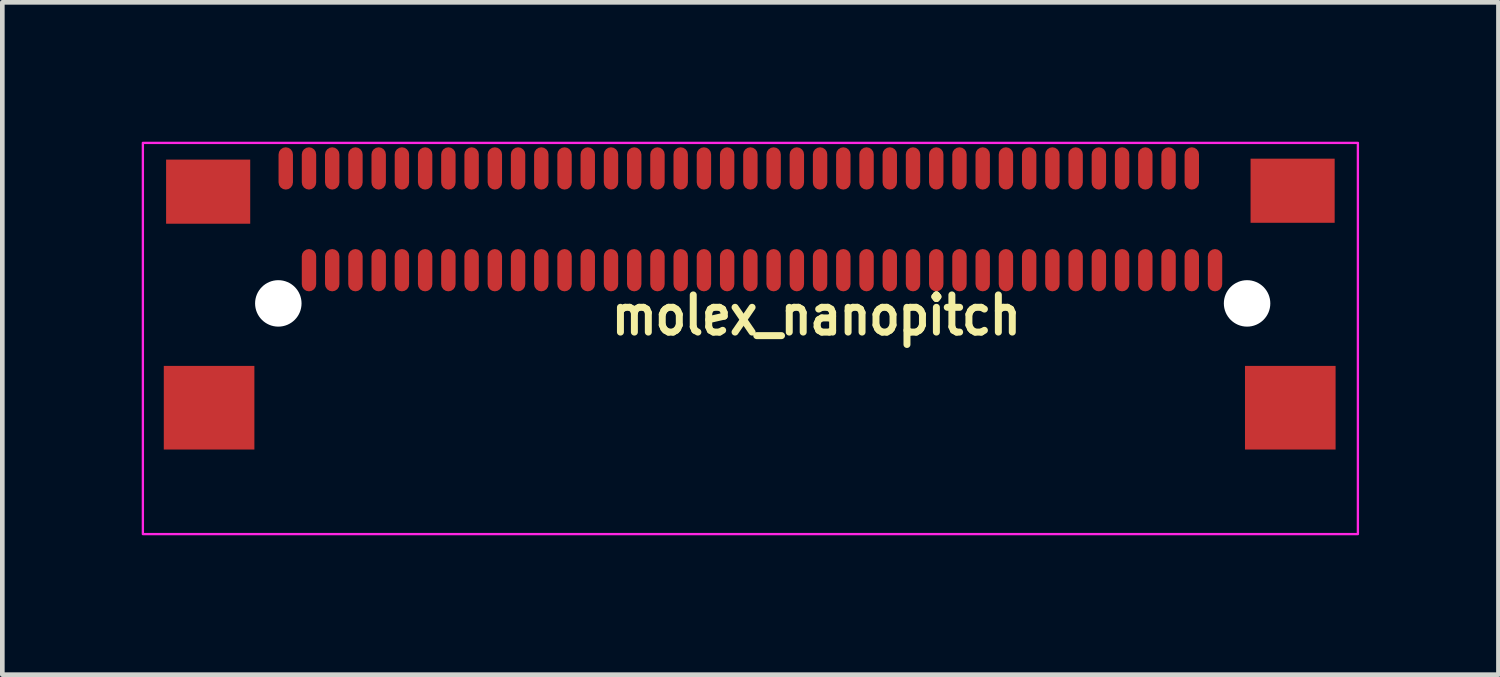
<source format=kicad_pcb>
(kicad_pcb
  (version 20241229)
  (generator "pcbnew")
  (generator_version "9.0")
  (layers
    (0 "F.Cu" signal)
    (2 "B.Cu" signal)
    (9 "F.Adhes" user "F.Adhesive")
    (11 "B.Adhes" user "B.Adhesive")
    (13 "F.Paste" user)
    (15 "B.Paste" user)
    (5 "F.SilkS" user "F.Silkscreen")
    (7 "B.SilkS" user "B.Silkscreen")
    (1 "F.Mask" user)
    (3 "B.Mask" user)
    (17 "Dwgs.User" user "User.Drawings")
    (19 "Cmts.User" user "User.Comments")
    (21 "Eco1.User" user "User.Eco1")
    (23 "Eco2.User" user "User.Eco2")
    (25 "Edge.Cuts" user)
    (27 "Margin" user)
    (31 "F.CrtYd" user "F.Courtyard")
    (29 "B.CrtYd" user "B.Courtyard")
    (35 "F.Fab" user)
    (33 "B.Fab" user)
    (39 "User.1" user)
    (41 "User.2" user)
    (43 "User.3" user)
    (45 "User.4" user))
  (footprint "molex_nanopitch"
    (layer "F.Cu")
    (at 15.6 3.225)
    (property "Reference" "molex_nanopitch" (at -1.08 0.51 0) (unlocked yes) (layer "F.SilkS") (effects (font (size 0.8 0.7) (thickness 0.15))))
    (attr smd)
    (fp_rect (start -15.125 1.6) (end -13.175 3.4) (stroke (width 0.1) (type default)) (fill no) (layer "F.Mask"))
    (fp_rect (start -15.075 -2.84) (end -13.265 -1.46) (stroke (width 0.1) (type default)) (fill no) (layer "F.Mask"))
    (fp_rect (start 8.145 1.6) (end 10.095 3.4) (stroke (width 0.1) (type default)) (fill no) (layer "F.Mask"))
    (fp_rect (start 8.265 -2.86) (end 10.075 -1.48) (stroke (width 0.1) (type default)) (fill no) (layer "F.Mask"))
    (fp_rect (start -15.575 -3.2) (end 10.575 5.22) (stroke (width 0.05) (type default)) (fill no) (layer "F.CrtYd"))
    (pad "" np_thru_hole circle (at -12.66 0.255) (size 1 1) (drill 1) (layers "*.Cu" "*.Mask"))
    (pad "" np_thru_hole circle (at 8.19 0.255) (size 1 1) (drill 1) (layers "*.Cu" "*.Mask"))
    (pad "a1" smd roundrect (at -12.5 -2.65) (size 0.31 0.91) (layers "F.Cu" "F.Mask" "F.Paste") (roundrect_rratio 0.5))
    (pad "a2" smd roundrect (at -12 -2.65) (size 0.31 0.91) (layers "F.Cu" "F.Mask" "F.Paste") (roundrect_rratio 0.5))
    (pad "a3" smd roundrect (at -11.5 -2.65) (size 0.31 0.91) (layers "F.Cu" "F.Mask" "F.Paste") (roundrect_rratio 0.5))
    (pad "a4" smd roundrect (at -11 -2.65) (size 0.31 0.91) (layers "F.Cu" "F.Mask" "F.Paste") (roundrect_rratio 0.5))
    (pad "a5" smd roundrect (at -10.5 -2.65) (size 0.31 0.91) (layers "F.Cu" "F.Mask" "F.Paste") (roundrect_rratio 0.5))
    (pad "a6" smd roundrect (at -10 -2.65) (size 0.31 0.91) (layers "F.Cu" "F.Mask" "F.Paste") (roundrect_rratio 0.5))
    (pad "a7" smd roundrect (at -9.5 -2.65) (size 0.31 0.91) (layers "F.Cu" "F.Mask" "F.Paste") (roundrect_rratio 0.5))
    (pad "a8" smd roundrect (at -9 -2.65) (size 0.31 0.91) (layers "F.Cu" "F.Mask" "F.Paste") (roundrect_rratio 0.5))
    (pad "a9" smd roundrect (at -8.5 -2.65) (size 0.31 0.91) (layers "F.Cu" "F.Mask" "F.Paste") (roundrect_rratio 0.5))
    (pad "a10" smd roundrect (at -8 -2.65) (size 0.31 0.91) (layers "F.Cu" "F.Mask" "F.Paste") (roundrect_rratio 0.5))
    (pad "a11" smd roundrect (at -7.5 -2.65) (size 0.31 0.91) (layers "F.Cu" "F.Mask" "F.Paste") (roundrect_rratio 0.5))
    (pad "a12" smd roundrect (at -7 -2.65) (size 0.31 0.91) (layers "F.Cu" "F.Mask" "F.Paste") (roundrect_rratio 0.5))
    (pad "a13" smd roundrect (at -6.5 -2.65) (size 0.31 0.91) (layers "F.Cu" "F.Mask" "F.Paste") (roundrect_rratio 0.5))
    (pad "a14" smd roundrect (at -6 -2.65) (size 0.31 0.91) (layers "F.Cu" "F.Mask" "F.Paste") (roundrect_rratio 0.5))
    (pad "a15" smd roundrect (at -5.5 -2.65) (size 0.31 0.91) (layers "F.Cu" "F.Mask" "F.Paste") (roundrect_rratio 0.5))
    (pad "a16" smd roundrect (at -5 -2.65) (size 0.31 0.91) (layers "F.Cu" "F.Mask" "F.Paste") (roundrect_rratio 0.5))
    (pad "a17" smd roundrect (at -4.5 -2.65) (size 0.31 0.91) (layers "F.Cu" "F.Mask" "F.Paste") (roundrect_rratio 0.5))
    (pad "a18" smd roundrect (at -4 -2.65) (size 0.31 0.91) (layers "F.Cu" "F.Mask" "F.Paste") (roundrect_rratio 0.5))
    (pad "a19" smd roundrect (at -3.5 -2.65) (size 0.31 0.91) (layers "F.Cu" "F.Mask" "F.Paste") (roundrect_rratio 0.5))
    (pad "a20" smd roundrect (at -3 -2.65) (size 0.31 0.91) (layers "F.Cu" "F.Mask" "F.Paste") (roundrect_rratio 0.5))
    (pad "a21" smd roundrect (at -2.5 -2.65) (size 0.31 0.91) (layers "F.Cu" "F.Mask" "F.Paste") (roundrect_rratio 0.5))
    (pad "a22" smd roundrect (at -2 -2.65) (size 0.31 0.91) (layers "F.Cu" "F.Mask" "F.Paste") (roundrect_rratio 0.5))
    (pad "a23" smd roundrect (at -1.5 -2.65) (size 0.31 0.91) (layers "F.Cu" "F.Mask" "F.Paste") (roundrect_rratio 0.5))
    (pad "a24" smd roundrect (at -1 -2.65) (size 0.31 0.91) (layers "F.Cu" "F.Mask" "F.Paste") (roundrect_rratio 0.5))
    (pad "a25" smd roundrect (at -0.5 -2.65) (size 0.31 0.91) (layers "F.Cu" "F.Mask" "F.Paste") (roundrect_rratio 0.5))
    (pad "a26" smd roundrect (at 0 -2.65) (size 0.31 0.91) (layers "F.Cu" "F.Mask" "F.Paste") (roundrect_rratio 0.5))
    (pad "a27" smd roundrect (at 0.5 -2.65) (size 0.31 0.91) (layers "F.Cu" "F.Mask" "F.Paste") (roundrect_rratio 0.5))
    (pad "a28" smd roundrect (at 1 -2.65) (size 0.31 0.91) (layers "F.Cu" "F.Mask" "F.Paste") (roundrect_rratio 0.5))
    (pad "a29" smd roundrect (at 1.5 -2.65) (size 0.31 0.91) (layers "F.Cu" "F.Mask" "F.Paste") (roundrect_rratio 0.5))
    (pad "a30" smd roundrect (at 2 -2.65) (size 0.31 0.91) (layers "F.Cu" "F.Mask" "F.Paste") (roundrect_rratio 0.5))
    (pad "a31" smd roundrect (at 2.5 -2.65) (size 0.31 0.91) (layers "F.Cu" "F.Mask" "F.Paste") (roundrect_rratio 0.5))
    (pad "a32" smd roundrect (at 3 -2.65) (size 0.31 0.91) (layers "F.Cu" "F.Mask" "F.Paste") (roundrect_rratio 0.5))
    (pad "a33" smd roundrect (at 3.5 -2.65) (size 0.31 0.91) (layers "F.Cu" "F.Mask" "F.Paste") (roundrect_rratio 0.5))
    (pad "a34" smd roundrect (at 4 -2.65) (size 0.31 0.91) (layers "F.Cu" "F.Mask" "F.Paste") (roundrect_rratio 0.5))
    (pad "a35" smd roundrect (at 4.5 -2.65) (size 0.31 0.91) (layers "F.Cu" "F.Mask" "F.Paste") (roundrect_rratio 0.5))
    (pad "a36" smd roundrect (at 5 -2.65) (size 0.31 0.91) (layers "F.Cu" "F.Mask" "F.Paste") (roundrect_rratio 0.5))
    (pad "a37" smd roundrect (at 5.5 -2.65) (size 0.31 0.91) (layers "F.Cu" "F.Mask" "F.Paste") (roundrect_rratio 0.5))
    (pad "a38" smd roundrect (at 6 -2.65) (size 0.31 0.91) (layers "F.Cu" "F.Mask" "F.Paste") (roundrect_rratio 0.5))
    (pad "a39" smd roundrect (at 6.5 -2.65) (size 0.31 0.91) (layers "F.Cu" "F.Mask" "F.Paste") (roundrect_rratio 0.5))
    (pad "a40" smd roundrect (at 7 -2.65) (size 0.31 0.91) (layers "F.Cu" "F.Mask" "F.Paste") (roundrect_rratio 0.5))
    (pad "b1" smd roundrect (at -12 -0.46) (size 0.31 0.91) (layers "F.Cu" "F.Mask" "F.Paste") (roundrect_rratio 0.5))
    (pad "b2" smd roundrect (at -11.5 -0.46) (size 0.31 0.91) (layers "F.Cu" "F.Mask" "F.Paste") (roundrect_rratio 0.5))
    (pad "b3" smd roundrect (at -11 -0.46) (size 0.31 0.91) (layers "F.Cu" "F.Mask" "F.Paste") (roundrect_rratio 0.5))
    (pad "b4" smd roundrect (at -10.5 -0.46) (size 0.31 0.91) (layers "F.Cu" "F.Mask" "F.Paste") (roundrect_rratio 0.5))
    (pad "b5" smd roundrect (at -10 -0.46) (size 0.31 0.91) (layers "F.Cu" "F.Mask" "F.Paste") (roundrect_rratio 0.5))
    (pad "b6" smd roundrect (at -9.5 -0.46) (size 0.31 0.91) (layers "F.Cu" "F.Mask" "F.Paste") (roundrect_rratio 0.5))
    (pad "b7" smd roundrect (at -9 -0.46) (size 0.31 0.91) (layers "F.Cu" "F.Mask" "F.Paste") (roundrect_rratio 0.5))
    (pad "b8" smd roundrect (at -8.5 -0.46) (size 0.31 0.91) (layers "F.Cu" "F.Mask" "F.Paste") (roundrect_rratio 0.5))
    (pad "b9" smd roundrect (at -8 -0.46) (size 0.31 0.91) (layers "F.Cu" "F.Mask" "F.Paste") (roundrect_rratio 0.5))
    (pad "b10" smd roundrect (at -7.5 -0.46) (size 0.31 0.91) (layers "F.Cu" "F.Mask" "F.Paste") (roundrect_rratio 0.5))
    (pad "b11" smd roundrect (at -7 -0.46) (size 0.31 0.91) (layers "F.Cu" "F.Mask" "F.Paste") (roundrect_rratio 0.5))
    (pad "b12" smd roundrect (at -6.5 -0.46) (size 0.31 0.91) (layers "F.Cu" "F.Mask" "F.Paste") (roundrect_rratio 0.5))
    (pad "b13" smd roundrect (at -6 -0.46) (size 0.31 0.91) (layers "F.Cu" "F.Mask" "F.Paste") (roundrect_rratio 0.5))
    (pad "b14" smd roundrect (at -5.5 -0.46) (size 0.31 0.91) (layers "F.Cu" "F.Mask" "F.Paste") (roundrect_rratio 0.5))
    (pad "b15" smd roundrect (at -5 -0.46) (size 0.31 0.91) (layers "F.Cu" "F.Mask" "F.Paste") (roundrect_rratio 0.5))
    (pad "b16" smd roundrect (at -4.5 -0.46) (size 0.31 0.91) (layers "F.Cu" "F.Mask" "F.Paste") (roundrect_rratio 0.5))
    (pad "b17" smd roundrect (at -4 -0.46) (size 0.31 0.91) (layers "F.Cu" "F.Mask" "F.Paste") (roundrect_rratio 0.5))
    (pad "b18" smd roundrect (at -3.5 -0.46) (size 0.31 0.91) (layers "F.Cu" "F.Mask" "F.Paste") (roundrect_rratio 0.5))
    (pad "b19" smd roundrect (at -3 -0.46) (size 0.31 0.91) (layers "F.Cu" "F.Mask" "F.Paste") (roundrect_rratio 0.5))
    (pad "b20" smd roundrect (at -2.5 -0.46) (size 0.31 0.91) (layers "F.Cu" "F.Mask" "F.Paste") (roundrect_rratio 0.5))
    (pad "b21" smd roundrect (at -2 -0.46) (size 0.31 0.91) (layers "F.Cu" "F.Mask" "F.Paste") (roundrect_rratio 0.5))
    (pad "b22" smd roundrect (at -1.5 -0.46) (size 0.31 0.91) (layers "F.Cu" "F.Mask" "F.Paste") (roundrect_rratio 0.5))
    (pad "b23" smd roundrect (at -1 -0.46) (size 0.31 0.91) (layers "F.Cu" "F.Mask" "F.Paste") (roundrect_rratio 0.5))
    (pad "b24" smd roundrect (at -0.5 -0.46) (size 0.31 0.91) (layers "F.Cu" "F.Mask" "F.Paste") (roundrect_rratio 0.5))
    (pad "b25" smd roundrect (at 0 -0.46) (size 0.31 0.91) (layers "F.Cu" "F.Mask" "F.Paste") (roundrect_rratio 0.5))
    (pad "b26" smd roundrect (at 0.5 -0.46) (size 0.31 0.91) (layers "F.Cu" "F.Mask" "F.Paste") (roundrect_rratio 0.5))
    (pad "b27" smd roundrect (at 1 -0.46) (size 0.31 0.91) (layers "F.Cu" "F.Mask" "F.Paste") (roundrect_rratio 0.5))
    (pad "b28" smd roundrect (at 1.5 -0.46) (size 0.31 0.91) (layers "F.Cu" "F.Mask" "F.Paste") (roundrect_rratio 0.5))
    (pad "b29" smd roundrect (at 2 -0.46) (size 0.31 0.91) (layers "F.Cu" "F.Mask" "F.Paste") (roundrect_rratio 0.5))
    (pad "b30" smd roundrect (at 2.5 -0.46) (size 0.31 0.91) (layers "F.Cu" "F.Mask" "F.Paste") (roundrect_rratio 0.5))
    (pad "b31" smd roundrect (at 3 -0.46) (size 0.31 0.91) (layers "F.Cu" "F.Mask" "F.Paste") (roundrect_rratio 0.5))
    (pad "b32" smd roundrect (at 3.5 -0.46) (size 0.31 0.91) (layers "F.Cu" "F.Mask" "F.Paste") (roundrect_rratio 0.5))
    (pad "b33" smd roundrect (at 4 -0.46) (size 0.31 0.91) (layers "F.Cu" "F.Mask" "F.Paste") (roundrect_rratio 0.5))
    (pad "b34" smd roundrect (at 4.5 -0.46) (size 0.31 0.91) (layers "F.Cu" "F.Mask" "F.Paste") (roundrect_rratio 0.5))
    (pad "b35" smd roundrect (at 5 -0.46) (size 0.31 0.91) (layers "F.Cu" "F.Mask" "F.Paste") (roundrect_rratio 0.5))
    (pad "b36" smd roundrect (at 5.5 -0.46) (size 0.31 0.91) (layers "F.Cu" "F.Mask" "F.Paste") (roundrect_rratio 0.5))
    (pad "b37" smd roundrect (at 6 -0.46) (size 0.31 0.91) (layers "F.Cu" "F.Mask" "F.Paste") (roundrect_rratio 0.5))
    (pad "b38" smd roundrect (at 6.5 -0.46) (size 0.31 0.91) (layers "F.Cu" "F.Mask" "F.Paste") (roundrect_rratio 0.5))
    (pad "b39" smd roundrect (at 7 -0.46) (size 0.31 0.91) (layers "F.Cu" "F.Mask" "F.Paste") (roundrect_rratio 0.5))
    (pad "b40" smd roundrect (at 7.5 -0.46) (size 0.31 0.91) (layers "F.Cu" "F.Mask" "F.Paste") (roundrect_rratio 0.5))
    (pad "b43" smd rect (at -14.17 -2.15 90) (size 1.38 1.81) (layers "F.Cu" "F.Mask" "F.Paste"))
    (pad "b43" smd rect (at -14.15 2.5 90) (size 1.8 1.95) (layers "F.Cu" "F.Mask" "F.Paste"))
    (pad "b43" smd rect (at 9.12 2.5 90) (size 1.8 1.95) (layers "F.Cu" "F.Mask" "F.Paste"))
    (pad "b43" smd rect (at 9.17 -2.17 90) (size 1.38 1.81) (layers "F.Cu" "F.Mask" "F.Paste")))
  (gr_rect
    (start -3 -3)
    (end 29.2 11.47)
    (stroke (width 0.1) (type default))
    (fill no)
    (layer "Edge.Cuts")))
</source>
